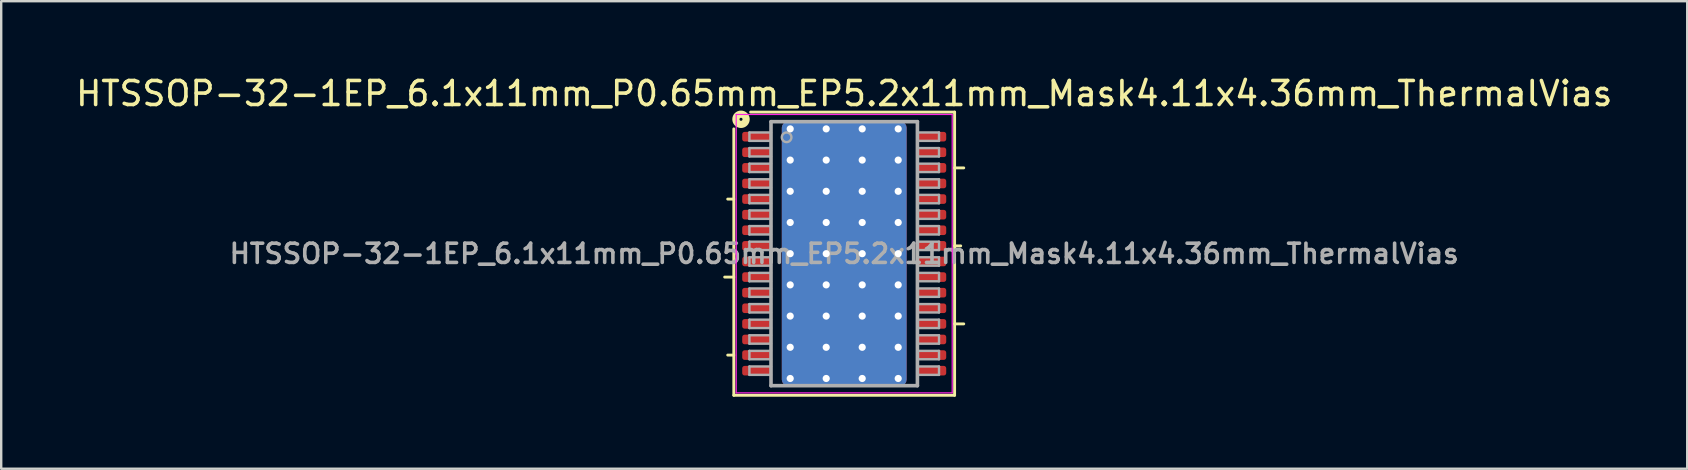
<source format=kicad_pcb>
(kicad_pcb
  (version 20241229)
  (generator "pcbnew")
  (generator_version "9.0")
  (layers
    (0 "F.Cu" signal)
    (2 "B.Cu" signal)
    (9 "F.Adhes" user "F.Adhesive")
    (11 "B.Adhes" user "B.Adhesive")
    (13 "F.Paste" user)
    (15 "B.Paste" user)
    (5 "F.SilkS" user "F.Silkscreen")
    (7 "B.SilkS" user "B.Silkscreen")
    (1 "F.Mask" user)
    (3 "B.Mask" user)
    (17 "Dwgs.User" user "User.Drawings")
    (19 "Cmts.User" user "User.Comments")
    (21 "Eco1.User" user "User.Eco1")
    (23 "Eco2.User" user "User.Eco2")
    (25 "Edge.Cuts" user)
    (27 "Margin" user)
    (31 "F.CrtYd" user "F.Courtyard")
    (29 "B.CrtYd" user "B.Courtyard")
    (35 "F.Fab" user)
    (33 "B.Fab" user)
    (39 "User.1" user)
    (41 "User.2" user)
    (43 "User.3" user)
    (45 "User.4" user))
  (footprint "HTSSOP-32-1EP_6.1x11mm_P0.65mm_EP5.2x11mm_Mask4.11x4.36mm_ThermalVias"
    (layer "F.Cu")
    (at 32.125 7.52)
    (property "Reference" "HTSSOP-32-1EP_6.1x11mm_P0.65mm_EP5.2x11mm_Mask4.11x4.36mm_ThermalVias" (at 0 -6.671 0) (layer "F.SilkS") (effects (font (size 1 1) (thickness 0.15))))
    (attr smd)
    (fp_line (start -4.6 -2.275) (end -4.854 -2.275) (stroke (width 0.12) (type solid)) (layer "F.SilkS"))
    (fp_line (start -4.6 0.975) (end -4.981 0.975) (stroke (width 0.12) (type solid)) (layer "F.SilkS"))
    (fp_line (start -4.6 4.225) (end -4.854 4.225) (stroke (width 0.12) (type solid)) (layer "F.SilkS"))
    (fp_line (start -4.6 5.9) (end -4.6 -5.2) (stroke (width 0.12) (type solid)) (layer "F.SilkS"))
    (fp_line (start -3.9 -5.9) (end 4.6 -5.9) (stroke (width 0.12) (type solid)) (layer "F.SilkS"))
    (fp_line (start 4.6 -5.9) (end 4.6 5.9) (stroke (width 0.12) (type solid)) (layer "F.SilkS"))
    (fp_line (start 4.6 -3.575) (end 4.981 -3.575) (stroke (width 0.12) (type solid)) (layer "F.SilkS"))
    (fp_line (start 4.6 -0.325) (end 4.854 -0.325) (stroke (width 0.12) (type solid)) (layer "F.SilkS"))
    (fp_line (start 4.6 2.925) (end 4.981 2.925) (stroke (width 0.12) (type solid)) (layer "F.SilkS"))
    (fp_line (start 4.6 5.9) (end -4.6 5.9) (stroke (width 0.12) (type solid)) (layer "F.SilkS"))
    (fp_circle (center -4.3 -5.6) (end -4.237 -5.6) (stroke (width 0.3) (type solid)) (fill no) (layer "F.SilkS"))
    (fp_line (start -4.5 -5.8) (end -4.5 5.8) (stroke (width 0.05) (type solid)) (layer "F.CrtYd"))
    (fp_line (start -4.5 5.8) (end 4.5 5.8) (stroke (width 0.05) (type solid)) (layer "F.CrtYd"))
    (fp_line (start 4.5 -5.8) (end -4.5 -5.8) (stroke (width 0.05) (type solid)) (layer "F.CrtYd"))
    (fp_line (start 4.5 5.8) (end 4.5 -5.8) (stroke (width 0.05) (type solid)) (layer "F.CrtYd"))
    (fp_line (start -3.95 -5.05) (end -3.95 -4.7) (stroke (width 0.1) (type solid)) (layer "F.Fab"))
    (fp_line (start -3.95 -5.05) (end -3.05 -5.05) (stroke (width 0.1) (type solid)) (layer "F.Fab"))
    (fp_line (start -3.95 -4.7) (end -3.05 -4.7) (stroke (width 0.1) (type solid)) (layer "F.Fab"))
    (fp_line (start -3.95 -4.4) (end -3.95 -4.05) (stroke (width 0.1) (type solid)) (layer "F.Fab"))
    (fp_line (start -3.95 -4.4) (end -3.05 -4.4) (stroke (width 0.1) (type solid)) (layer "F.Fab"))
    (fp_line (start -3.95 -4.05) (end -3.05 -4.05) (stroke (width 0.1) (type solid)) (layer "F.Fab"))
    (fp_line (start -3.95 -3.75) (end -3.95 -3.4) (stroke (width 0.1) (type solid)) (layer "F.Fab"))
    (fp_line (start -3.95 -3.75) (end -3.05 -3.75) (stroke (width 0.1) (type solid)) (layer "F.Fab"))
    (fp_line (start -3.95 -3.4) (end -3.05 -3.4) (stroke (width 0.1) (type solid)) (layer "F.Fab"))
    (fp_line (start -3.95 -3.1) (end -3.95 -2.75) (stroke (width 0.1) (type solid)) (layer "F.Fab"))
    (fp_line (start -3.95 -3.1) (end -3.05 -3.1) (stroke (width 0.1) (type solid)) (layer "F.Fab"))
    (fp_line (start -3.95 -2.75) (end -3.05 -2.75) (stroke (width 0.1) (type solid)) (layer "F.Fab"))
    (fp_line (start -3.95 -2.45) (end -3.95 -2.1) (stroke (width 0.1) (type solid)) (layer "F.Fab"))
    (fp_line (start -3.95 -2.45) (end -3.05 -2.45) (stroke (width 0.1) (type solid)) (layer "F.Fab"))
    (fp_line (start -3.95 -2.1) (end -3.05 -2.1) (stroke (width 0.1) (type solid)) (layer "F.Fab"))
    (fp_line (start -3.95 -1.8) (end -3.95 -1.45) (stroke (width 0.1) (type solid)) (layer "F.Fab"))
    (fp_line (start -3.95 -1.8) (end -3.05 -1.8) (stroke (width 0.1) (type solid)) (layer "F.Fab"))
    (fp_line (start -3.95 -1.45) (end -3.05 -1.45) (stroke (width 0.1) (type solid)) (layer "F.Fab"))
    (fp_line (start -3.95 -1.15) (end -3.95 -0.8) (stroke (width 0.1) (type solid)) (layer "F.Fab"))
    (fp_line (start -3.95 -1.15) (end -3.05 -1.15) (stroke (width 0.1) (type solid)) (layer "F.Fab"))
    (fp_line (start -3.95 -0.8) (end -3.05 -0.8) (stroke (width 0.1) (type solid)) (layer "F.Fab"))
    (fp_line (start -3.95 -0.5) (end -3.95 -0.15) (stroke (width 0.1) (type solid)) (layer "F.Fab"))
    (fp_line (start -3.95 -0.5) (end -3.05 -0.5) (stroke (width 0.1) (type solid)) (layer "F.Fab"))
    (fp_line (start -3.95 -0.15) (end -3.05 -0.15) (stroke (width 0.1) (type solid)) (layer "F.Fab"))
    (fp_line (start -3.95 0.15) (end -3.95 0.5) (stroke (width 0.1) (type solid)) (layer "F.Fab"))
    (fp_line (start -3.95 0.15) (end -3.05 0.15) (stroke (width 0.1) (type solid)) (layer "F.Fab"))
    (fp_line (start -3.95 0.5) (end -3.05 0.5) (stroke (width 0.1) (type solid)) (layer "F.Fab"))
    (fp_line (start -3.95 0.8) (end -3.95 1.15) (stroke (width 0.1) (type solid)) (layer "F.Fab"))
    (fp_line (start -3.95 0.8) (end -3.05 0.8) (stroke (width 0.1) (type solid)) (layer "F.Fab"))
    (fp_line (start -3.95 1.15) (end -3.05 1.15) (stroke (width 0.1) (type solid)) (layer "F.Fab"))
    (fp_line (start -3.95 1.45) (end -3.95 1.8) (stroke (width 0.1) (type solid)) (layer "F.Fab"))
    (fp_line (start -3.95 1.45) (end -3.05 1.45) (stroke (width 0.1) (type solid)) (layer "F.Fab"))
    (fp_line (start -3.95 1.8) (end -3.05 1.8) (stroke (width 0.1) (type solid)) (layer "F.Fab"))
    (fp_line (start -3.95 2.1) (end -3.95 2.45) (stroke (width 0.1) (type solid)) (layer "F.Fab"))
    (fp_line (start -3.95 2.1) (end -3.05 2.1) (stroke (width 0.1) (type solid)) (layer "F.Fab"))
    (fp_line (start -3.95 2.45) (end -3.05 2.45) (stroke (width 0.1) (type solid)) (layer "F.Fab"))
    (fp_line (start -3.95 2.75) (end -3.95 3.1) (stroke (width 0.1) (type solid)) (layer "F.Fab"))
    (fp_line (start -3.95 2.75) (end -3.05 2.75) (stroke (width 0.1) (type solid)) (layer "F.Fab"))
    (fp_line (start -3.95 3.1) (end -3.05 3.1) (stroke (width 0.1) (type solid)) (layer "F.Fab"))
    (fp_line (start -3.95 3.4) (end -3.95 3.75) (stroke (width 0.1) (type solid)) (layer "F.Fab"))
    (fp_line (start -3.95 3.4) (end -3.05 3.4) (stroke (width 0.1) (type solid)) (layer "F.Fab"))
    (fp_line (start -3.95 3.75) (end -3.05 3.75) (stroke (width 0.1) (type solid)) (layer "F.Fab"))
    (fp_line (start -3.95 4.05) (end -3.95 4.4) (stroke (width 0.1) (type solid)) (layer "F.Fab"))
    (fp_line (start -3.95 4.05) (end -3.05 4.05) (stroke (width 0.1) (type solid)) (layer "F.Fab"))
    (fp_line (start -3.95 4.4) (end -3.05 4.4) (stroke (width 0.1) (type solid)) (layer "F.Fab"))
    (fp_line (start -3.95 4.7) (end -3.95 5.05) (stroke (width 0.1) (type solid)) (layer "F.Fab"))
    (fp_line (start -3.95 4.7) (end -3.05 4.7) (stroke (width 0.1) (type solid)) (layer "F.Fab"))
    (fp_line (start -3.95 5.05) (end -3.05 5.05) (stroke (width 0.1) (type solid)) (layer "F.Fab"))
    (fp_line (start -3.05 -5.5) (end 3.05 -5.5) (stroke (width 0.15) (type solid)) (layer "F.Fab"))
    (fp_line (start -3.05 5.5) (end -3.05 -5.5) (stroke (width 0.15) (type solid)) (layer "F.Fab"))
    (fp_line (start 3.05 -5.5) (end 3.05 5.5) (stroke (width 0.15) (type solid)) (layer "F.Fab"))
    (fp_line (start 3.05 5.5) (end -3.05 5.5) (stroke (width 0.15) (type solid)) (layer "F.Fab"))
    (fp_line (start 3.95 -5.05) (end 3.05 -5.05) (stroke (width 0.1) (type solid)) (layer "F.Fab"))
    (fp_line (start 3.95 -4.7) (end 3.05 -4.7) (stroke (width 0.1) (type solid)) (layer "F.Fab"))
    (fp_line (start 3.95 -4.7) (end 3.95 -5.05) (stroke (width 0.1) (type solid)) (layer "F.Fab"))
    (fp_line (start 3.95 -4.4) (end 3.05 -4.4) (stroke (width 0.1) (type solid)) (layer "F.Fab"))
    (fp_line (start 3.95 -4.05) (end 3.05 -4.05) (stroke (width 0.1) (type solid)) (layer "F.Fab"))
    (fp_line (start 3.95 -4.05) (end 3.95 -4.4) (stroke (width 0.1) (type solid)) (layer "F.Fab"))
    (fp_line (start 3.95 -3.75) (end 3.05 -3.75) (stroke (width 0.1) (type solid)) (layer "F.Fab"))
    (fp_line (start 3.95 -3.4) (end 3.05 -3.4) (stroke (width 0.1) (type solid)) (layer "F.Fab"))
    (fp_line (start 3.95 -3.4) (end 3.95 -3.75) (stroke (width 0.1) (type solid)) (layer "F.Fab"))
    (fp_line (start 3.95 -3.1) (end 3.05 -3.1) (stroke (width 0.1) (type solid)) (layer "F.Fab"))
    (fp_line (start 3.95 -2.75) (end 3.05 -2.75) (stroke (width 0.1) (type solid)) (layer "F.Fab"))
    (fp_line (start 3.95 -2.75) (end 3.95 -3.1) (stroke (width 0.1) (type solid)) (layer "F.Fab"))
    (fp_line (start 3.95 -2.45) (end 3.05 -2.45) (stroke (width 0.1) (type solid)) (layer "F.Fab"))
    (fp_line (start 3.95 -2.1) (end 3.05 -2.1) (stroke (width 0.1) (type solid)) (layer "F.Fab"))
    (fp_line (start 3.95 -2.1) (end 3.95 -2.45) (stroke (width 0.1) (type solid)) (layer "F.Fab"))
    (fp_line (start 3.95 -1.8) (end 3.05 -1.8) (stroke (width 0.1) (type solid)) (layer "F.Fab"))
    (fp_line (start 3.95 -1.45) (end 3.05 -1.45) (stroke (width 0.1) (type solid)) (layer "F.Fab"))
    (fp_line (start 3.95 -1.45) (end 3.95 -1.8) (stroke (width 0.1) (type solid)) (layer "F.Fab"))
    (fp_line (start 3.95 -1.15) (end 3.05 -1.15) (stroke (width 0.1) (type solid)) (layer "F.Fab"))
    (fp_line (start 3.95 -0.8) (end 3.05 -0.8) (stroke (width 0.1) (type solid)) (layer "F.Fab"))
    (fp_line (start 3.95 -0.8) (end 3.95 -1.15) (stroke (width 0.1) (type solid)) (layer "F.Fab"))
    (fp_line (start 3.95 -0.5) (end 3.05 -0.5) (stroke (width 0.1) (type solid)) (layer "F.Fab"))
    (fp_line (start 3.95 -0.15) (end 3.05 -0.15) (stroke (width 0.1) (type solid)) (layer "F.Fab"))
    (fp_line (start 3.95 -0.15) (end 3.95 -0.5) (stroke (width 0.1) (type solid)) (layer "F.Fab"))
    (fp_line (start 3.95 0.15) (end 3.05 0.15) (stroke (width 0.1) (type solid)) (layer "F.Fab"))
    (fp_line (start 3.95 0.5) (end 3.05 0.5) (stroke (width 0.1) (type solid)) (layer "F.Fab"))
    (fp_line (start 3.95 0.5) (end 3.95 0.15) (stroke (width 0.1) (type solid)) (layer "F.Fab"))
    (fp_line (start 3.95 0.8) (end 3.05 0.8) (stroke (width 0.1) (type solid)) (layer "F.Fab"))
    (fp_line (start 3.95 1.15) (end 3.05 1.15) (stroke (width 0.1) (type solid)) (layer "F.Fab"))
    (fp_line (start 3.95 1.15) (end 3.95 0.8) (stroke (width 0.1) (type solid)) (layer "F.Fab"))
    (fp_line (start 3.95 1.45) (end 3.05 1.45) (stroke (width 0.1) (type solid)) (layer "F.Fab"))
    (fp_line (start 3.95 1.8) (end 3.05 1.8) (stroke (width 0.1) (type solid)) (layer "F.Fab"))
    (fp_line (start 3.95 1.8) (end 3.95 1.45) (stroke (width 0.1) (type solid)) (layer "F.Fab"))
    (fp_line (start 3.95 2.1) (end 3.05 2.1) (stroke (width 0.1) (type solid)) (layer "F.Fab"))
    (fp_line (start 3.95 2.45) (end 3.05 2.45) (stroke (width 0.1) (type solid)) (layer "F.Fab"))
    (fp_line (start 3.95 2.45) (end 3.95 2.1) (stroke (width 0.1) (type solid)) (layer "F.Fab"))
    (fp_line (start 3.95 2.75) (end 3.05 2.75) (stroke (width 0.1) (type solid)) (layer "F.Fab"))
    (fp_line (start 3.95 3.1) (end 3.05 3.1) (stroke (width 0.1) (type solid)) (layer "F.Fab"))
    (fp_line (start 3.95 3.1) (end 3.95 2.75) (stroke (width 0.1) (type solid)) (layer "F.Fab"))
    (fp_line (start 3.95 3.4) (end 3.05 3.4) (stroke (width 0.1) (type solid)) (layer "F.Fab"))
    (fp_line (start 3.95 3.75) (end 3.05 3.75) (stroke (width 0.1) (type solid)) (layer "F.Fab"))
    (fp_line (start 3.95 3.75) (end 3.95 3.4) (stroke (width 0.1) (type solid)) (layer "F.Fab"))
    (fp_line (start 3.95 4.05) (end 3.05 4.05) (stroke (width 0.1) (type solid)) (layer "F.Fab"))
    (fp_line (start 3.95 4.4) (end 3.05 4.4) (stroke (width 0.1) (type solid)) (layer "F.Fab"))
    (fp_line (start 3.95 4.4) (end 3.95 4.05) (stroke (width 0.1) (type solid)) (layer "F.Fab"))
    (fp_line (start 3.95 4.7) (end 3.05 4.7) (stroke (width 0.1) (type solid)) (layer "F.Fab"))
    (fp_line (start 3.95 5.05) (end 3.05 5.05) (stroke (width 0.1) (type solid)) (layer "F.Fab"))
    (fp_line (start 3.95 5.05) (end 3.95 4.7) (stroke (width 0.1) (type solid)) (layer "F.Fab"))
    (fp_circle (center -2.4 -4.85) (end -2.2 -4.85) (stroke (width 0.1) (type solid)) (fill no) (layer "F.Fab"))
    (fp_text user "${REFERENCE}" (at 0 0 0) (layer "F.Fab") (effects (font (size 0.8 0.8) (thickness 0.15))))
    (pad "" smd roundrect (at -1.365 -1.725) (size 0.93 0.55) (layers "F.Paste") (roundrect_rratio 0.25))
    (pad "" smd roundrect (at -1.365 -0.65) (size 0.93 1) (layers "F.Paste") (roundrect_rratio 0.25))
    (pad "" smd roundrect (at -1.365 0.65) (size 0.93 1) (layers "F.Paste") (roundrect_rratio 0.25))
    (pad "" smd roundrect (at -1.365 1.725) (size 0.93 0.55) (layers "F.Paste") (roundrect_rratio 0.25))
    (pad "" smd roundrect (at 0 -1.725) (size 1.2 0.55) (layers "F.Paste") (roundrect_rratio 0.25))
    (pad "" smd roundrect (at 0 -0.65) (size 1.2 1) (layers "F.Paste") (roundrect_rratio 0.25))
    (pad "" smd roundrect (at 0 0) (size 4.11 4.36) (layers "F.Mask") (roundrect_rratio 0.061))
    (pad "" smd roundrect (at 0 0.65) (size 1.2 1) (layers "F.Paste") (roundrect_rratio 0.25))
    (pad "" smd roundrect (at 0 1.725) (size 1.2 0.55) (layers "F.Paste") (roundrect_rratio 0.25))
    (pad "" smd roundrect (at 1.365 -1.725) (size 0.93 0.55) (layers "F.Paste") (roundrect_rratio 0.25))
    (pad "" smd roundrect (at 1.365 -0.65) (size 0.93 1) (layers "F.Paste") (roundrect_rratio 0.25))
    (pad "" smd roundrect (at 1.365 0.65) (size 0.93 1) (layers "F.Paste") (roundrect_rratio 0.25))
    (pad "" smd roundrect (at 1.365 1.725) (size 0.93 0.55) (layers "F.Paste") (roundrect_rratio 0.25))
    (pad "1" smd roundrect (at -3.65 -4.875) (size 1.2 0.4) (layers "F.Cu" "F.Mask" "F.Paste") (roundrect_rratio 0.25))
    (pad "2" smd roundrect (at -3.65 -4.225) (size 1.2 0.4) (layers "F.Cu" "F.Mask" "F.Paste") (roundrect_rratio 0.25))
    (pad "3" smd roundrect (at -3.65 -3.575) (size 1.2 0.4) (layers "F.Cu" "F.Mask" "F.Paste") (roundrect_rratio 0.25))
    (pad "4" smd roundrect (at -3.65 -2.925) (size 1.2 0.4) (layers "F.Cu" "F.Mask" "F.Paste") (roundrect_rratio 0.25))
    (pad "5" smd roundrect (at -3.65 -2.275) (size 1.2 0.4) (layers "F.Cu" "F.Mask" "F.Paste") (roundrect_rratio 0.25))
    (pad "6" smd roundrect (at -3.65 -1.625) (size 1.2 0.4) (layers "F.Cu" "F.Mask" "F.Paste") (roundrect_rratio 0.25))
    (pad "7" smd roundrect (at -3.65 -0.975) (size 1.2 0.4) (layers "F.Cu" "F.Mask" "F.Paste") (roundrect_rratio 0.25))
    (pad "8" smd roundrect (at -3.65 -0.325) (size 1.2 0.4) (layers "F.Cu" "F.Mask" "F.Paste") (roundrect_rratio 0.25))
    (pad "9" smd roundrect (at -3.65 0.325) (size 1.2 0.4) (layers "F.Cu" "F.Mask" "F.Paste") (roundrect_rratio 0.25))
    (pad "10" smd roundrect (at -3.65 0.975) (size 1.2 0.4) (layers "F.Cu" "F.Mask" "F.Paste") (roundrect_rratio 0.25))
    (pad "11" smd roundrect (at -3.65 1.625) (size 1.2 0.4) (layers "F.Cu" "F.Mask" "F.Paste") (roundrect_rratio 0.25))
    (pad "12" smd roundrect (at -3.65 2.275) (size 1.2 0.4) (layers "F.Cu" "F.Mask" "F.Paste") (roundrect_rratio 0.25))
    (pad "13" smd roundrect (at -3.65 2.925) (size 1.2 0.4) (layers "F.Cu" "F.Mask" "F.Paste") (roundrect_rratio 0.25))
    (pad "14" smd roundrect (at -3.65 3.575) (size 1.2 0.4) (layers "F.Cu" "F.Mask" "F.Paste") (roundrect_rratio 0.25))
    (pad "15" smd roundrect (at -3.65 4.225) (size 1.2 0.4) (layers "F.Cu" "F.Mask" "F.Paste") (roundrect_rratio 0.25))
    (pad "16" smd roundrect (at -3.65 4.875) (size 1.2 0.4) (layers "F.Cu" "F.Mask" "F.Paste") (roundrect_rratio 0.25))
    (pad "17" smd roundrect (at 3.65 4.875) (size 1.2 0.4) (layers "F.Cu" "F.Mask" "F.Paste") (roundrect_rratio 0.25))
    (pad "18" smd roundrect (at 3.65 4.225) (size 1.2 0.4) (layers "F.Cu" "F.Mask" "F.Paste") (roundrect_rratio 0.25))
    (pad "19" smd roundrect (at 3.65 3.575) (size 1.2 0.4) (layers "F.Cu" "F.Mask" "F.Paste") (roundrect_rratio 0.25))
    (pad "20" smd roundrect (at 3.65 2.925) (size 1.2 0.4) (layers "F.Cu" "F.Mask" "F.Paste") (roundrect_rratio 0.25))
    (pad "21" smd roundrect (at 3.65 2.275) (size 1.2 0.4) (layers "F.Cu" "F.Mask" "F.Paste") (roundrect_rratio 0.25))
    (pad "22" smd roundrect (at 3.65 1.625) (size 1.2 0.4) (layers "F.Cu" "F.Mask" "F.Paste") (roundrect_rratio 0.25))
    (pad "23" smd roundrect (at 3.65 0.975) (size 1.2 0.4) (layers "F.Cu" "F.Mask" "F.Paste") (roundrect_rratio 0.25))
    (pad "24" smd roundrect (at 3.65 0.325) (size 1.2 0.4) (layers "F.Cu" "F.Mask" "F.Paste") (roundrect_rratio 0.25))
    (pad "25" smd roundrect (at 3.65 -0.325) (size 1.2 0.4) (layers "F.Cu" "F.Mask" "F.Paste") (roundrect_rratio 0.25))
    (pad "26" smd roundrect (at 3.65 -0.975) (size 1.2 0.4) (layers "F.Cu" "F.Mask" "F.Paste") (roundrect_rratio 0.25))
    (pad "27" smd roundrect (at 3.65 -1.625) (size 1.2 0.4) (layers "F.Cu" "F.Mask" "F.Paste") (roundrect_rratio 0.25))
    (pad "28" smd roundrect (at 3.65 -2.275) (size 1.2 0.4) (layers "F.Cu" "F.Mask" "F.Paste") (roundrect_rratio 0.25))
    (pad "29" smd roundrect (at 3.65 -2.925) (size 1.2 0.4) (layers "F.Cu" "F.Mask" "F.Paste") (roundrect_rratio 0.25))
    (pad "30" smd roundrect (at 3.65 -3.575) (size 1.2 0.4) (layers "F.Cu" "F.Mask" "F.Paste") (roundrect_rratio 0.25))
    (pad "31" smd roundrect (at 3.65 -4.225) (size 1.2 0.4) (layers "F.Cu" "F.Mask" "F.Paste") (roundrect_rratio 0.25))
    (pad "32" smd roundrect (at 3.65 -4.875) (size 1.2 0.4) (layers "F.Cu" "F.Mask" "F.Paste") (roundrect_rratio 0.25))
    (pad "33" thru_hole circle (at -2.25 -5.2) (size 0.6 0.6) (drill 0.3) (property pad_prop_heatsink) (layers "*.Cu"))
    (pad "33" thru_hole circle (at -2.25 -3.9) (size 0.6 0.6) (drill 0.3) (property pad_prop_heatsink) (layers "*.Cu"))
    (pad "33" thru_hole circle (at -2.25 -2.6) (size 0.6 0.6) (drill 0.3) (property pad_prop_heatsink) (layers "*.Cu"))
    (pad "33" thru_hole circle (at -2.25 -1.3) (size 0.6 0.6) (drill 0.3) (property pad_prop_heatsink) (layers "*.Cu"))
    (pad "33" thru_hole circle (at -2.25 0) (size 0.6 0.6) (drill 0.3) (property pad_prop_heatsink) (layers "*.Cu"))
    (pad "33" thru_hole circle (at -2.25 1.3) (size 0.6 0.6) (drill 0.3) (property pad_prop_heatsink) (layers "*.Cu"))
    (pad "33" thru_hole circle (at -2.25 2.6) (size 0.6 0.6) (drill 0.3) (property pad_prop_heatsink) (layers "*.Cu"))
    (pad "33" thru_hole circle (at -2.25 3.9) (size 0.6 0.6) (drill 0.3) (property pad_prop_heatsink) (layers "*.Cu"))
    (pad "33" thru_hole circle (at -2.25 5.2) (size 0.6 0.6) (drill 0.3) (property pad_prop_heatsink) (layers "*.Cu"))
    (pad "33" thru_hole circle (at -0.75 -5.2) (size 0.6 0.6) (drill 0.3) (property pad_prop_heatsink) (layers "*.Cu"))
    (pad "33" thru_hole circle (at -0.75 -3.9) (size 0.6 0.6) (drill 0.3) (property pad_prop_heatsink) (layers "*.Cu"))
    (pad "33" thru_hole circle (at -0.75 -2.6) (size 0.6 0.6) (drill 0.3) (property pad_prop_heatsink) (layers "*.Cu"))
    (pad "33" thru_hole circle (at -0.75 -1.3) (size 0.6 0.6) (drill 0.3) (property pad_prop_heatsink) (layers "*.Cu"))
    (pad "33" thru_hole circle (at -0.75 0) (size 0.6 0.6) (drill 0.3) (property pad_prop_heatsink) (layers "*.Cu"))
    (pad "33" thru_hole circle (at -0.75 1.3) (size 0.6 0.6) (drill 0.3) (property pad_prop_heatsink) (layers "*.Cu"))
    (pad "33" thru_hole circle (at -0.75 2.6) (size 0.6 0.6) (drill 0.3) (property pad_prop_heatsink) (layers "*.Cu"))
    (pad "33" thru_hole circle (at -0.75 3.9) (size 0.6 0.6) (drill 0.3) (property pad_prop_heatsink) (layers "*.Cu"))
    (pad "33" thru_hole circle (at -0.75 5.2) (size 0.6 0.6) (drill 0.3) (property pad_prop_heatsink) (layers "*.Cu"))
    (pad "33" smd roundrect (at 0 0) (size 5.2 11) (layers "F.Cu") (roundrect_rratio 0.048))
    (pad "33" smd roundrect (at 0 0) (size 5.2 11) (layers "B.Cu" "B.Mask") (roundrect_rratio 0.048))
    (pad "33" thru_hole circle (at 0.75 -5.2) (size 0.6 0.6) (drill 0.3) (property pad_prop_heatsink) (layers "*.Cu"))
    (pad "33" thru_hole circle (at 0.75 -3.9) (size 0.6 0.6) (drill 0.3) (property pad_prop_heatsink) (layers "*.Cu"))
    (pad "33" thru_hole circle (at 0.75 -2.6) (size 0.6 0.6) (drill 0.3) (property pad_prop_heatsink) (layers "*.Cu"))
    (pad "33" thru_hole circle (at 0.75 -1.3) (size 0.6 0.6) (drill 0.3) (property pad_prop_heatsink) (layers "*.Cu"))
    (pad "33" thru_hole circle (at 0.75 0) (size 0.6 0.6) (drill 0.3) (property pad_prop_heatsink) (layers "*.Cu"))
    (pad "33" thru_hole circle (at 0.75 1.3) (size 0.6 0.6) (drill 0.3) (property pad_prop_heatsink) (layers "*.Cu"))
    (pad "33" thru_hole circle (at 0.75 2.6) (size 0.6 0.6) (drill 0.3) (property pad_prop_heatsink) (layers "*.Cu"))
    (pad "33" thru_hole circle (at 0.75 3.9) (size 0.6 0.6) (drill 0.3) (property pad_prop_heatsink) (layers "*.Cu"))
    (pad "33" thru_hole circle (at 0.75 5.2) (size 0.6 0.6) (drill 0.3) (property pad_prop_heatsink) (layers "*.Cu"))
    (pad "33" thru_hole circle (at 2.25 -5.2) (size 0.6 0.6) (drill 0.3) (property pad_prop_heatsink) (layers "*.Cu"))
    (pad "33" thru_hole circle (at 2.25 -3.9) (size 0.6 0.6) (drill 0.3) (property pad_prop_heatsink) (layers "*.Cu"))
    (pad "33" thru_hole circle (at 2.25 -2.6) (size 0.6 0.6) (drill 0.3) (property pad_prop_heatsink) (layers "*.Cu"))
    (pad "33" thru_hole circle (at 2.25 -1.3) (size 0.6 0.6) (drill 0.3) (property pad_prop_heatsink) (layers "*.Cu"))
    (pad "33" thru_hole circle (at 2.25 0) (size 0.6 0.6) (drill 0.3) (property pad_prop_heatsink) (layers "*.Cu"))
    (pad "33" thru_hole circle (at 2.25 1.3) (size 0.6 0.6) (drill 0.3) (property pad_prop_heatsink) (layers "*.Cu"))
    (pad "33" thru_hole circle (at 2.25 2.6) (size 0.6 0.6) (drill 0.3) (property pad_prop_heatsink) (layers "*.Cu"))
    (pad "33" thru_hole circle (at 2.25 3.9) (size 0.6 0.6) (drill 0.3) (property pad_prop_heatsink) (layers "*.Cu"))
    (pad "33" thru_hole circle (at 2.25 5.2) (size 0.6 0.6) (drill 0.3) (property pad_prop_heatsink) (layers "*.Cu")))
  (gr_rect
    (start -3 -3)
    (end 67.25 16.48)
    (stroke (width 0.1) (type default))
    (fill no)
    (layer "Edge.Cuts")))
</source>
